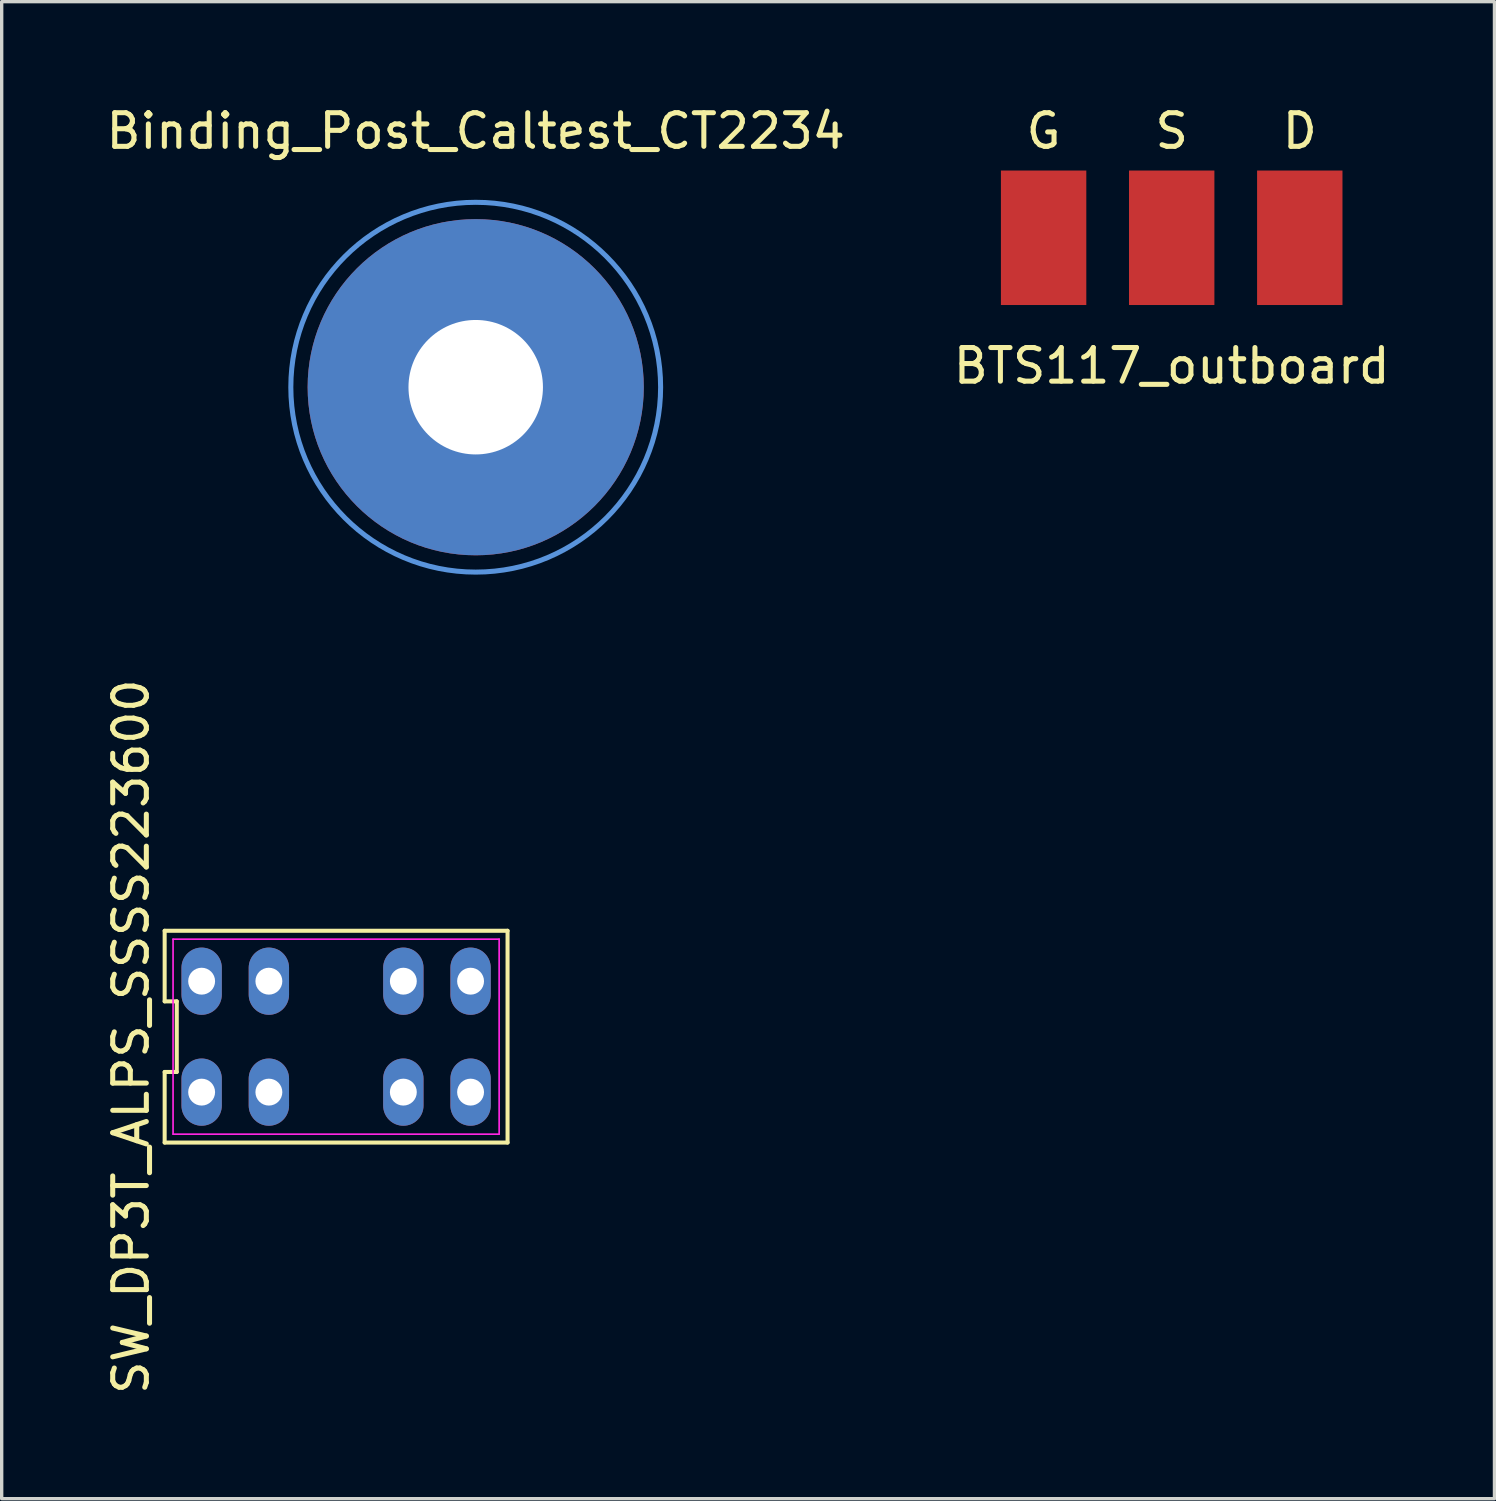
<source format=kicad_pcb>
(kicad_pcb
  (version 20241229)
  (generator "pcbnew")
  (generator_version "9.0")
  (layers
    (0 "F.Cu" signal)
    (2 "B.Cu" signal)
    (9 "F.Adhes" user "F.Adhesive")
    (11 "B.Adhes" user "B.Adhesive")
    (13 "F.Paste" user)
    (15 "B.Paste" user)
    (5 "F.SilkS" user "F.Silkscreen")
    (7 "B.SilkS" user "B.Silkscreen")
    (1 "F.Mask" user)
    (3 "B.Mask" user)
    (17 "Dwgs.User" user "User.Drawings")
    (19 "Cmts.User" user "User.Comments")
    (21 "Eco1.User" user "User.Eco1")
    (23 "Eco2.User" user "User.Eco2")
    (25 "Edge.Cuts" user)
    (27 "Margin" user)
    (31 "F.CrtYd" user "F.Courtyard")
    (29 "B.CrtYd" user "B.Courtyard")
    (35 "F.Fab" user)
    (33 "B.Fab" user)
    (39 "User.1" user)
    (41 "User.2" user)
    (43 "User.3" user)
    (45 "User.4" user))
  (footprint "Binding_Post_Caltest_CT2234"
    (layer "F.Cu")
    (at 11.101 8.468)
    (property "Reference" "Binding_Post_Caltest_CT2234" (at 0 -7.62 0) (layer "F.SilkS") (effects (font (size 1 1) (thickness 0.15))))
    (attr through_hole)
    (fp_circle (center 0 0) (end 5.5 0) (stroke (width 0.15) (type solid)) (fill no) (layer "Cmts.User"))
    (fp_circle (center 0 0) (end 5.5 0) (stroke (width 0.05) (type solid)) (fill no) (layer "F.CrtYd"))
    (pad "1" thru_hole circle (at 0 0) (size 10 10) (drill 4) (layers "*.Cu" "*.Mask")))
  (footprint "SW_DP3T_ALPS_SSSS223600"
    (layer "F.Cu")
    (at 6.948 27.787)
    (property "Reference" "SW_DP3T_ALPS_SSSS223600" (at -6.1 0 90) (layer "F.SilkS") (effects (font (size 1 1) (thickness 0.15))))
    (attr through_hole)
    (fp_line (start -5.1 -3.15) (end -5.1 -1.05) (stroke (width 0.12) (type solid)) (layer "F.SilkS"))
    (fp_line (start -5.1 -1.05) (end -4.74 -1.05) (stroke (width 0.12) (type solid)) (layer "F.SilkS"))
    (fp_line (start -5.1 1.05) (end -5.1 3.15) (stroke (width 0.12) (type solid)) (layer "F.SilkS"))
    (fp_line (start -5.1 3.15) (end 5.1 3.15) (stroke (width 0.12) (type solid)) (layer "F.SilkS"))
    (fp_line (start -4.74 -1.05) (end -4.74 1.05) (stroke (width 0.12) (type solid)) (layer "F.SilkS"))
    (fp_line (start -4.74 1.05) (end -5.1 1.05) (stroke (width 0.12) (type solid)) (layer "F.SilkS"))
    (fp_line (start 5.1 -3.15) (end -5.1 -3.15) (stroke (width 0.12) (type solid)) (layer "F.SilkS"))
    (fp_line (start 5.1 3.15) (end 5.1 -3.15) (stroke (width 0.12) (type solid)) (layer "F.SilkS"))
    (fp_line (start -4.85 -2.9) (end 4.85 -2.9) (stroke (width 0.05) (type solid)) (layer "F.CrtYd"))
    (fp_line (start -4.85 2.9) (end -4.85 -2.9) (stroke (width 0.05) (type solid)) (layer "F.CrtYd"))
    (fp_line (start 4.85 -2.9) (end 4.85 2.9) (stroke (width 0.05) (type solid)) (layer "F.CrtYd"))
    (fp_line (start 4.85 2.9) (end -4.85 2.9) (stroke (width 0.05) (type solid)) (layer "F.CrtYd"))
    (pad "1" thru_hole oval (at -4 1.65) (size 1.2 2) (drill 0.8) (layers "*.Cu" "*.Mask"))
    (pad "2" thru_hole oval (at -2 1.65) (size 1.2 2) (drill 0.8) (layers "*.Cu" "*.Mask"))
    (pad "3" thru_hole oval (at 2 1.65) (size 1.2 2) (drill 0.8) (layers "*.Cu" "*.Mask"))
    (pad "4" thru_hole oval (at 4 1.65) (size 1.2 2) (drill 0.8) (layers "*.Cu" "*.Mask"))
    (pad "5" thru_hole oval (at 4 -1.65) (size 1.2 2) (drill 0.8) (layers "*.Cu" "*.Mask"))
    (pad "6" thru_hole oval (at 2 -1.65) (size 1.2 2) (drill 0.8) (layers "*.Cu" "*.Mask"))
    (pad "7" thru_hole oval (at -2 -1.65) (size 1.2 2) (drill 0.8) (layers "*.Cu" "*.Mask"))
    (pad "8" thru_hole oval (at -4 -1.65) (size 1.2 2) (drill 0.8) (layers "*.Cu" "*.Mask")))
  (footprint "BTS117_outboard"
    (layer "F.Cu")
    (at 31.804 4.023)
    (property "Reference" "BTS117_outboard" (at 0 3.81 0) (layer "F.SilkS") (effects (font (size 1 1) (thickness 0.15))))
    (attr through_hole)
    (fp_text user "S" (at 0 -3.175 0) (layer "F.SilkS") (effects (font (size 1 1) (thickness 0.15))))
    (fp_text user "G" (at -3.81 -3.175 0) (layer "F.SilkS") (effects (font (size 1 1) (thickness 0.15))))
    (fp_text user "D" (at 3.81 -3.175 0) (layer "F.SilkS") (effects (font (size 1 1) (thickness 0.15))))
    (pad "1" smd rect (at 3.81 0) (size 2.54 4) (layers "F.Cu" "F.Mask" "F.Paste"))
    (pad "2" smd rect (at -3.81 0) (size 2.54 4) (layers "F.Cu" "F.Mask" "F.Paste"))
    (pad "3" smd rect (at 0 0) (size 2.54 4) (layers "F.Cu" "F.Mask" "F.Paste")))
  (gr_rect
    (start -3 -3)
    (end 41.405 41.531)
    (stroke (width 0.1) (type default))
    (fill no)
    (layer "Edge.Cuts")))
</source>
